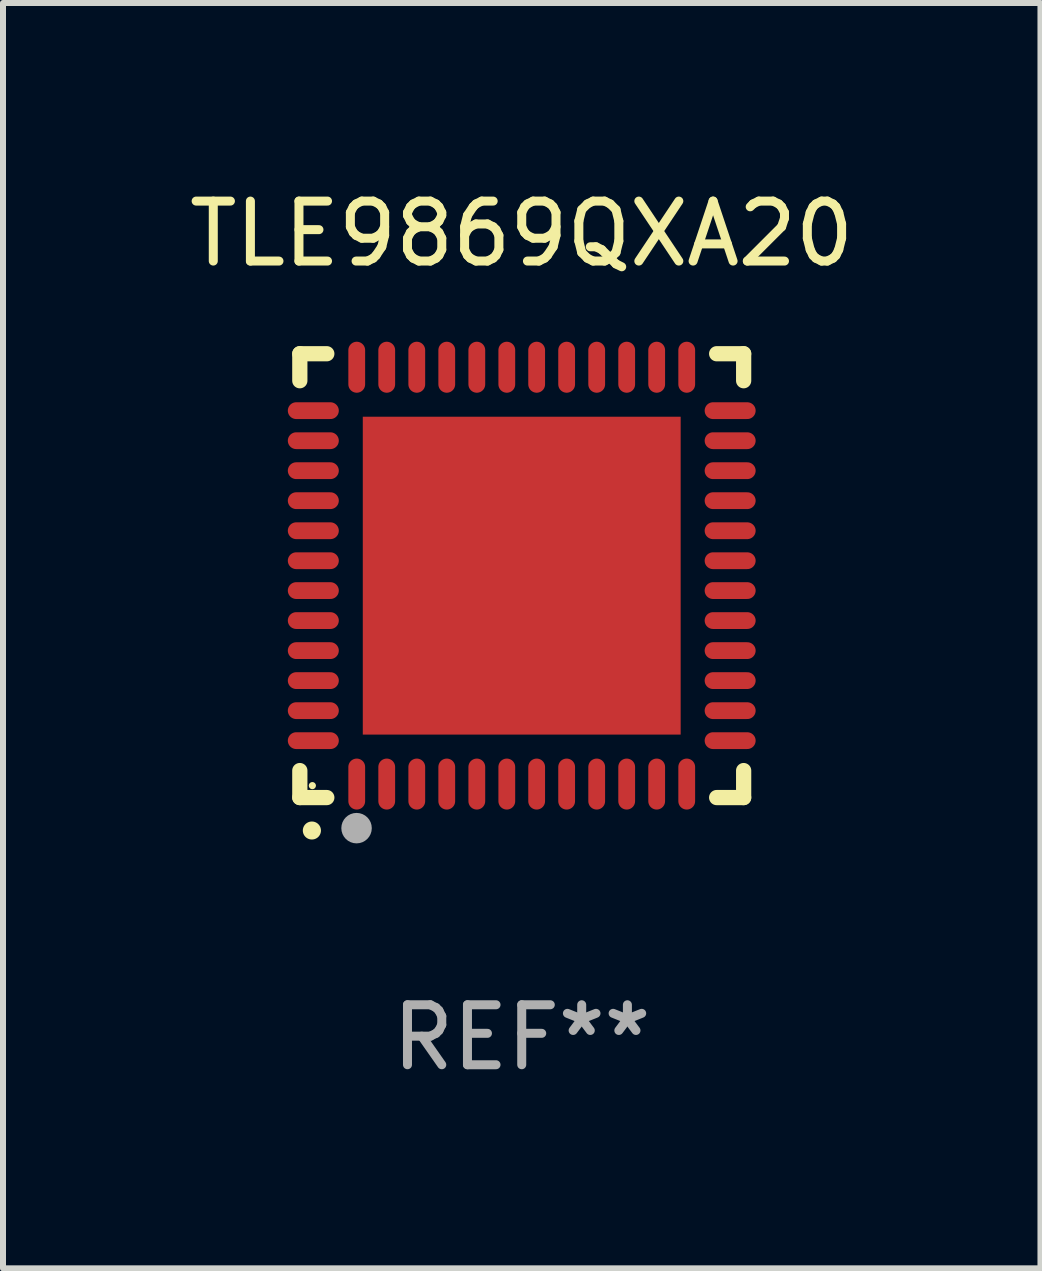
<source format=kicad_pcb>
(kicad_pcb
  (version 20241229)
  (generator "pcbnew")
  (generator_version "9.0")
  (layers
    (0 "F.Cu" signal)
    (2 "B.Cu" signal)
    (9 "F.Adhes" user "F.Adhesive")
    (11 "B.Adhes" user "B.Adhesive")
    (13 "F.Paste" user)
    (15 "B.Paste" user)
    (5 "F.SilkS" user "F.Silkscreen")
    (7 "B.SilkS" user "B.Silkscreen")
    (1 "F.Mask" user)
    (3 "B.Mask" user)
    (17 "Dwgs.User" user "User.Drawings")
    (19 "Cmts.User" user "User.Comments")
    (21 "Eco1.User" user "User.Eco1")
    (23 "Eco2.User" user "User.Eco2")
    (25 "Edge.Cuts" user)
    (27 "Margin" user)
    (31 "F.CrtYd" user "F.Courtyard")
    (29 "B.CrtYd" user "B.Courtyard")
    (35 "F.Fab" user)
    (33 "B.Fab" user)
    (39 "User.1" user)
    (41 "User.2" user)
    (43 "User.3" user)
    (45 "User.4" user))
  (footprint "TLE9869QXA20"
    (layer "F.Cu")
    (at 5.649 6.548)
    (property "Reference" "TLE9869QXA20" (at 0 -5.7 0) (layer "F.SilkS") (effects (font (size 1 1) (thickness 0.15))))
    (attr through_hole)
    (fp_line (start -3.7 -3.7) (end -3.25 -3.7) (stroke (width 0.254) (type solid)) (layer "F.SilkS"))
    (fp_line (start -3.7 -3.25) (end -3.7 -3.7) (stroke (width 0.254) (type solid)) (layer "F.SilkS"))
    (fp_line (start -3.7 3.7) (end -3.7 3.25) (stroke (width 0.254) (type solid)) (layer "F.SilkS"))
    (fp_line (start -3.25 3.7) (end -3.7 3.7) (stroke (width 0.254) (type solid)) (layer "F.SilkS"))
    (fp_line (start 3.25 3.7) (end 3.7 3.7) (stroke (width 0.254) (type solid)) (layer "F.SilkS"))
    (fp_line (start 3.7 -3.7) (end 3.25 -3.7) (stroke (width 0.254) (type solid)) (layer "F.SilkS"))
    (fp_line (start 3.7 -3.25) (end 3.7 -3.7) (stroke (width 0.254) (type solid)) (layer "F.SilkS"))
    (fp_line (start 3.7 3.7) (end 3.7 3.25) (stroke (width 0.254) (type solid)) (layer "F.SilkS"))
    (fp_arc (start -3.500127 4.249428) (mid -3.498857 4.249423) (end -3.497587 4.249428) (stroke (width 0.3) (type solid)) (layer "F.SilkS"))
    (fp_circle (center -3.491 3.501) (end -3.461 3.501) (stroke (width 0.06) (type solid)) (fill no) (layer "F.SilkS"))
    (fp_circle (center -2.754 4.21) (end -2.627 4.21) (stroke (width 0.254) (type solid)) (fill no) (layer "F.Fab"))
    (fp_text user "REF**" (at 0 7.7 0) (layer "F.Fab") (effects (font (size 1 1) (thickness 0.15))))
    (pad "1" smd oval (at -2.751 3.475) (size 0.28 0.85) (layers "F.Cu" "F.Mask" "F.Paste"))
    (pad "2" smd oval (at -2.251 3.475) (size 0.28 0.85) (layers "F.Cu" "F.Mask" "F.Paste"))
    (pad "3" smd oval (at -1.75 3.475) (size 0.28 0.85) (layers "F.Cu" "F.Mask" "F.Paste"))
    (pad "4" smd oval (at -1.25 3.475) (size 0.28 0.85) (layers "F.Cu" "F.Mask" "F.Paste"))
    (pad "5" smd oval (at -0.749 3.475) (size 0.28 0.85) (layers "F.Cu" "F.Mask" "F.Paste"))
    (pad "6" smd oval (at -0.249 3.475) (size 0.28 0.85) (layers "F.Cu" "F.Mask" "F.Paste"))
    (pad "7" smd oval (at 0.249 3.475) (size 0.28 0.85) (layers "F.Cu" "F.Mask" "F.Paste"))
    (pad "8" smd oval (at 0.749 3.475) (size 0.28 0.85) (layers "F.Cu" "F.Mask" "F.Paste"))
    (pad "9" smd oval (at 1.25 3.475) (size 0.28 0.85) (layers "F.Cu" "F.Mask" "F.Paste"))
    (pad "10" smd oval (at 1.75 3.475) (size 0.28 0.85) (layers "F.Cu" "F.Mask" "F.Paste"))
    (pad "11" smd oval (at 2.25 3.475) (size 0.28 0.85) (layers "F.Cu" "F.Mask" "F.Paste"))
    (pad "12" smd oval (at 2.751 3.475) (size 0.28 0.85) (layers "F.Cu" "F.Mask" "F.Paste"))
    (pad "13" smd oval (at 3.475 2.751) (size 0.85 0.28) (layers "F.Cu" "F.Mask" "F.Paste"))
    (pad "14" smd oval (at 3.475 2.251) (size 0.85 0.28) (layers "F.Cu" "F.Mask" "F.Paste"))
    (pad "15" smd oval (at 3.475 1.75) (size 0.85 0.28) (layers "F.Cu" "F.Mask" "F.Paste"))
    (pad "16" smd oval (at 3.475 1.25) (size 0.85 0.28) (layers "F.Cu" "F.Mask" "F.Paste"))
    (pad "17" smd oval (at 3.475 0.749) (size 0.85 0.28) (layers "F.Cu" "F.Mask" "F.Paste"))
    (pad "18" smd oval (at 3.475 0.249) (size 0.85 0.28) (layers "F.Cu" "F.Mask" "F.Paste"))
    (pad "19" smd oval (at 3.475 -0.249) (size 0.85 0.28) (layers "F.Cu" "F.Mask" "F.Paste"))
    (pad "20" smd oval (at 3.475 -0.749) (size 0.85 0.28) (layers "F.Cu" "F.Mask" "F.Paste"))
    (pad "21" smd oval (at 3.475 -1.25) (size 0.85 0.28) (layers "F.Cu" "F.Mask" "F.Paste"))
    (pad "22" smd oval (at 3.475 -1.75) (size 0.85 0.28) (layers "F.Cu" "F.Mask" "F.Paste"))
    (pad "23" smd oval (at 3.475 -2.25) (size 0.85 0.28) (layers "F.Cu" "F.Mask" "F.Paste"))
    (pad "24" smd oval (at 3.475 -2.751) (size 0.85 0.28) (layers "F.Cu" "F.Mask" "F.Paste"))
    (pad "25" smd oval (at 2.751 -3.475) (size 0.28 0.85) (layers "F.Cu" "F.Mask" "F.Paste"))
    (pad "26" smd oval (at 2.25 -3.475) (size 0.28 0.85) (layers "F.Cu" "F.Mask" "F.Paste"))
    (pad "27" smd oval (at 1.75 -3.475) (size 0.28 0.85) (layers "F.Cu" "F.Mask" "F.Paste"))
    (pad "28" smd oval (at 1.25 -3.475) (size 0.28 0.85) (layers "F.Cu" "F.Mask" "F.Paste"))
    (pad "29" smd oval (at 0.749 -3.475) (size 0.28 0.85) (layers "F.Cu" "F.Mask" "F.Paste"))
    (pad "30" smd oval (at 0.249 -3.475) (size 0.28 0.85) (layers "F.Cu" "F.Mask" "F.Paste"))
    (pad "31" smd oval (at -0.249 -3.475) (size 0.28 0.85) (layers "F.Cu" "F.Mask" "F.Paste"))
    (pad "32" smd oval (at -0.749 -3.475) (size 0.28 0.85) (layers "F.Cu" "F.Mask" "F.Paste"))
    (pad "33" smd oval (at -1.25 -3.475) (size 0.28 0.85) (layers "F.Cu" "F.Mask" "F.Paste"))
    (pad "34" smd oval (at -1.75 -3.475) (size 0.28 0.85) (layers "F.Cu" "F.Mask" "F.Paste"))
    (pad "35" smd oval (at -2.251 -3.475) (size 0.28 0.85) (layers "F.Cu" "F.Mask" "F.Paste"))
    (pad "36" smd oval (at -2.751 -3.475) (size 0.28 0.85) (layers "F.Cu" "F.Mask" "F.Paste"))
    (pad "37" smd oval (at -3.475 -2.751) (size 0.85 0.28) (layers "F.Cu" "F.Mask" "F.Paste"))
    (pad "38" smd oval (at -3.475 -2.25) (size 0.85 0.28) (layers "F.Cu" "F.Mask" "F.Paste"))
    (pad "39" smd oval (at -3.475 -1.75) (size 0.85 0.28) (layers "F.Cu" "F.Mask" "F.Paste"))
    (pad "40" smd oval (at -3.475 -1.25) (size 0.85 0.28) (layers "F.Cu" "F.Mask" "F.Paste"))
    (pad "41" smd oval (at -3.475 -0.749) (size 0.85 0.28) (layers "F.Cu" "F.Mask" "F.Paste"))
    (pad "42" smd oval (at -3.475 -0.249) (size 0.85 0.28) (layers "F.Cu" "F.Mask" "F.Paste"))
    (pad "43" smd oval (at -3.475 0.249) (size 0.85 0.28) (layers "F.Cu" "F.Mask" "F.Paste"))
    (pad "44" smd oval (at -3.475 0.749) (size 0.85 0.28) (layers "F.Cu" "F.Mask" "F.Paste"))
    (pad "45" smd oval (at -3.475 1.25) (size 0.85 0.28) (layers "F.Cu" "F.Mask" "F.Paste"))
    (pad "46" smd oval (at -3.475 1.75) (size 0.85 0.28) (layers "F.Cu" "F.Mask" "F.Paste"))
    (pad "47" smd oval (at -3.475 2.251) (size 0.85 0.28) (layers "F.Cu" "F.Mask" "F.Paste"))
    (pad "48" smd oval (at -3.475 2.751) (size 0.85 0.28) (layers "F.Cu" "F.Mask" "F.Paste"))
    (pad "49" smd rect (at -0.000102 0.000102) (size 5.3 5.3) (layers "F.Cu" "F.Mask" "F.Paste")))
  (gr_rect
    (start -3 -3)
    (end 14.298 18.097)
    (stroke (width 0.1) (type default))
    (fill no)
    (layer "Edge.Cuts")))
</source>
